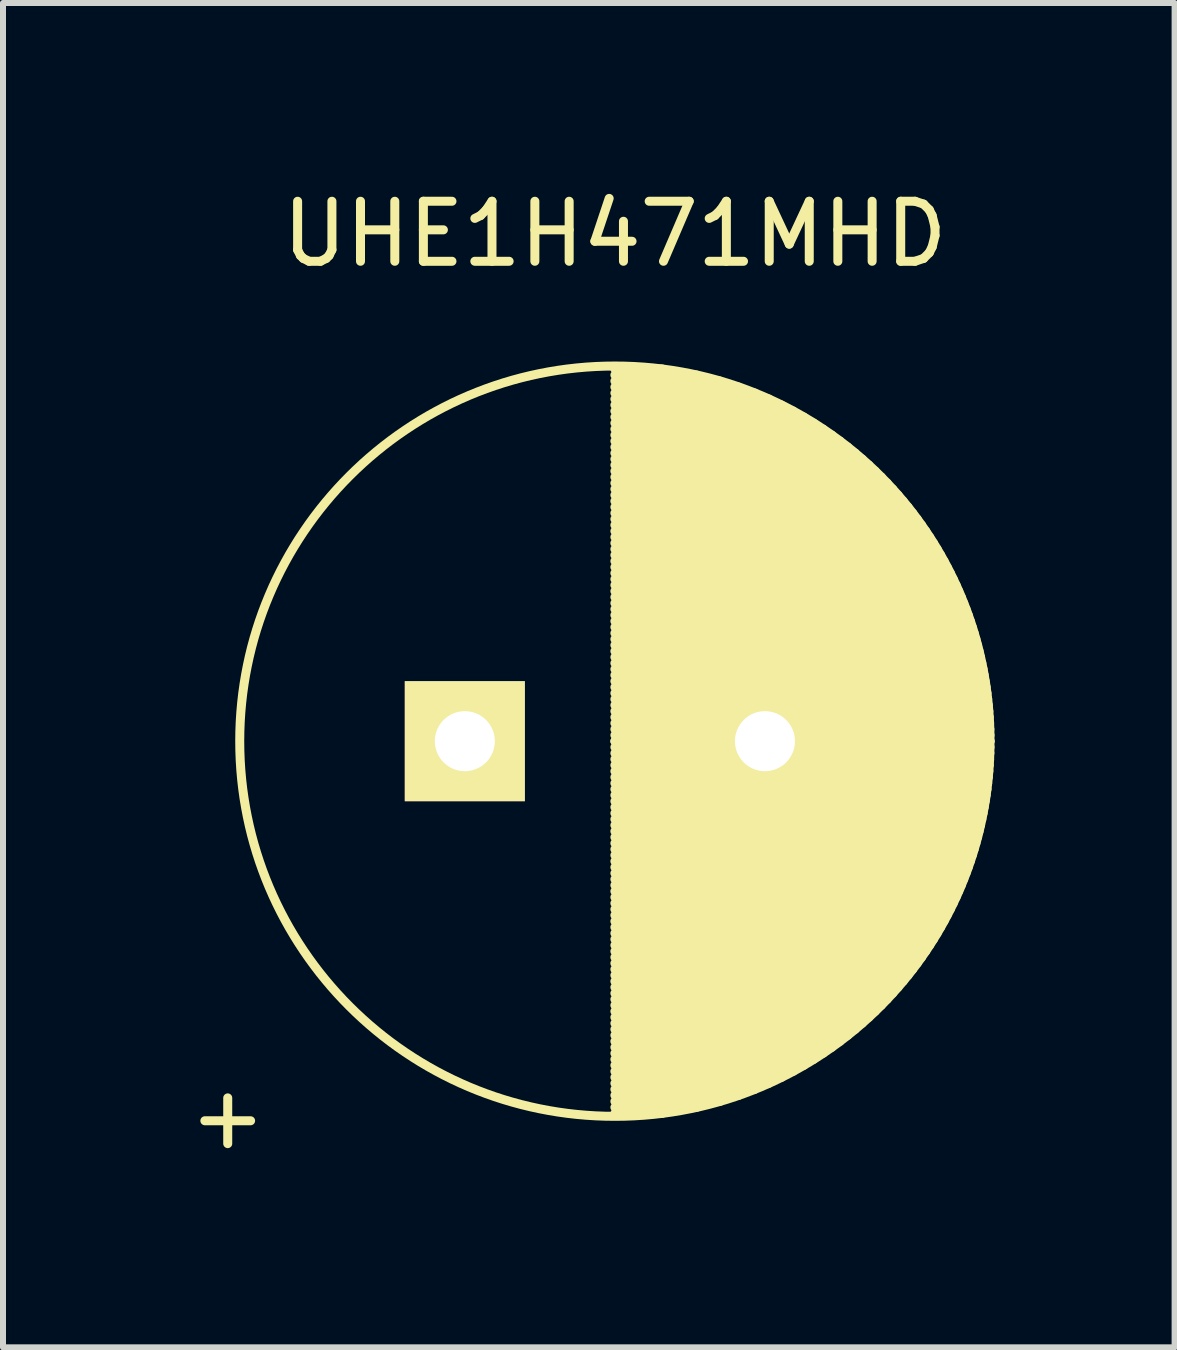
<source format=kicad_pcb>
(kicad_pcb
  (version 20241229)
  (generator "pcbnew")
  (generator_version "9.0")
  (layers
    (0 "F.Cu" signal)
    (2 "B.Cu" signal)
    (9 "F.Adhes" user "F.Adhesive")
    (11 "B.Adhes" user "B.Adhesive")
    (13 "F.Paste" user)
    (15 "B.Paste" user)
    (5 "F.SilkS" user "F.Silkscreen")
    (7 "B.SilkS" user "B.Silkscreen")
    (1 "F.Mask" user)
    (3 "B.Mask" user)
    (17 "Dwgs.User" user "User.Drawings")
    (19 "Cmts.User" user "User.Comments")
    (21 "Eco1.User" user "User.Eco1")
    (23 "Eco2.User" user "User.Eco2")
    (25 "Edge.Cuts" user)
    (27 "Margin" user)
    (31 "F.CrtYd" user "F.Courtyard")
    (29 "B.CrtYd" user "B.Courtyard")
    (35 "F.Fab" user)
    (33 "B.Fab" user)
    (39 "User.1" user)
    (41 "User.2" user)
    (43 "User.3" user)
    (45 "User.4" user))
  (footprint "UHE1H471MHD"
    (layer "F.Cu")
    (at 4.694 9.298)
    (property "Reference" "UHE1H471MHD" (at 2.5 -8.45 0) (layer "F.SilkS") (effects (font (size 1 1) (thickness 0.15))))
    (attr through_hole)
    (fp_line (start 2.5 -6.2) (end 3.289 -6.2) (stroke (width 0.15) (type solid)) (layer "F.SilkS"))
    (fp_line (start 2.5 -6.1) (end 3.861 -6.1) (stroke (width 0.15) (type solid)) (layer "F.SilkS"))
    (fp_line (start 2.5 -6) (end 4.25 -6) (stroke (width 0.15) (type solid)) (layer "F.SilkS"))
    (fp_line (start 2.5 -5.9) (end 4.562 -5.9) (stroke (width 0.15) (type solid)) (layer "F.SilkS"))
    (fp_line (start 2.5 -5.8) (end 4.829 -5.8) (stroke (width 0.15) (type solid)) (layer "F.SilkS"))
    (fp_line (start 2.5 -5.7) (end 5.064 -5.7) (stroke (width 0.15) (type solid)) (layer "F.SilkS"))
    (fp_line (start 2.5 -5.6) (end 5.275 -5.6) (stroke (width 0.15) (type solid)) (layer "F.SilkS"))
    (fp_line (start 2.5 -5.5) (end 5.469 -5.5) (stroke (width 0.15) (type solid)) (layer "F.SilkS"))
    (fp_line (start 2.5 -5.4) (end 5.647 -5.4) (stroke (width 0.15) (type solid)) (layer "F.SilkS"))
    (fp_line (start 2.5 -5.3) (end 5.812 -5.3) (stroke (width 0.15) (type solid)) (layer "F.SilkS"))
    (fp_line (start 2.5 -5.2) (end 5.967 -5.2) (stroke (width 0.15) (type solid)) (layer "F.SilkS"))
    (fp_line (start 2.5 -5.1) (end 6.113 -5.1) (stroke (width 0.15) (type solid)) (layer "F.SilkS"))
    (fp_line (start 2.5 -5) (end 6.25 -5) (stroke (width 0.15) (type solid)) (layer "F.SilkS"))
    (fp_line (start 2.5 -4.9) (end 6.38 -4.9) (stroke (width 0.15) (type solid)) (layer "F.SilkS"))
    (fp_line (start 2.5 -4.8) (end 6.503 -4.8) (stroke (width 0.15) (type solid)) (layer "F.SilkS"))
    (fp_line (start 2.5 -4.7) (end 6.62 -4.7) (stroke (width 0.15) (type solid)) (layer "F.SilkS"))
    (fp_line (start 2.5 -4.6) (end 6.731 -4.6) (stroke (width 0.15) (type solid)) (layer "F.SilkS"))
    (fp_line (start 2.5 -4.5) (end 6.837 -4.5) (stroke (width 0.15) (type solid)) (layer "F.SilkS"))
    (fp_line (start 2.5 -4.4) (end 6.939 -4.4) (stroke (width 0.15) (type solid)) (layer "F.SilkS"))
    (fp_line (start 2.5 -4.3) (end 7.036 -4.3) (stroke (width 0.15) (type solid)) (layer "F.SilkS"))
    (fp_line (start 2.5 -4.2) (end 7.128 -4.2) (stroke (width 0.15) (type solid)) (layer "F.SilkS"))
    (fp_line (start 2.5 -4.1) (end 7.217 -4.1) (stroke (width 0.15) (type solid)) (layer "F.SilkS"))
    (fp_line (start 2.5 -4) (end 7.302 -4) (stroke (width 0.15) (type solid)) (layer "F.SilkS"))
    (fp_line (start 2.5 -3.9) (end 7.384 -3.9) (stroke (width 0.15) (type solid)) (layer "F.SilkS"))
    (fp_line (start 2.5 -3.8) (end 7.462 -3.8) (stroke (width 0.15) (type solid)) (layer "F.SilkS"))
    (fp_line (start 2.5 -3.7) (end 7.537 -3.7) (stroke (width 0.15) (type solid)) (layer "F.SilkS"))
    (fp_line (start 2.5 -3.6) (end 7.609 -3.6) (stroke (width 0.15) (type solid)) (layer "F.SilkS"))
    (fp_line (start 2.5 -3.5) (end 7.678 -3.5) (stroke (width 0.15) (type solid)) (layer "F.SilkS"))
    (fp_line (start 2.5 -3.4) (end 7.744 -3.4) (stroke (width 0.15) (type solid)) (layer "F.SilkS"))
    (fp_line (start 2.5 -3.3) (end 7.808 -3.3) (stroke (width 0.15) (type solid)) (layer "F.SilkS"))
    (fp_line (start 2.5 -3.2) (end 7.869 -3.2) (stroke (width 0.15) (type solid)) (layer "F.SilkS"))
    (fp_line (start 2.5 -3.1) (end 7.927 -3.1) (stroke (width 0.15) (type solid)) (layer "F.SilkS"))
    (fp_line (start 2.5 -3) (end 7.983 -3) (stroke (width 0.15) (type solid)) (layer "F.SilkS"))
    (fp_line (start 2.5 -2.9) (end 8.036 -2.9) (stroke (width 0.15) (type solid)) (layer "F.SilkS"))
    (fp_line (start 2.5 -2.8) (end 8.088 -2.8) (stroke (width 0.15) (type solid)) (layer "F.SilkS"))
    (fp_line (start 2.5 -2.7) (end 8.137 -2.7) (stroke (width 0.15) (type solid)) (layer "F.SilkS"))
    (fp_line (start 2.5 -2.6) (end 8.184 -2.6) (stroke (width 0.15) (type solid)) (layer "F.SilkS"))
    (fp_line (start 2.5 -2.5) (end 8.228 -2.5) (stroke (width 0.15) (type solid)) (layer "F.SilkS"))
    (fp_line (start 2.5 -2.4) (end 8.271 -2.4) (stroke (width 0.15) (type solid)) (layer "F.SilkS"))
    (fp_line (start 2.5 -2.3) (end 8.311 -2.3) (stroke (width 0.15) (type solid)) (layer "F.SilkS"))
    (fp_line (start 2.5 -2.2) (end 8.35 -2.2) (stroke (width 0.15) (type solid)) (layer "F.SilkS"))
    (fp_line (start 2.5 -2.1) (end 8.387 -2.1) (stroke (width 0.15) (type solid)) (layer "F.SilkS"))
    (fp_line (start 2.5 -2) (end 8.421 -2) (stroke (width 0.15) (type solid)) (layer "F.SilkS"))
    (fp_line (start 2.5 -1.9) (end 8.454 -1.9) (stroke (width 0.15) (type solid)) (layer "F.SilkS"))
    (fp_line (start 2.5 -1.8) (end 8.485 -1.8) (stroke (width 0.15) (type solid)) (layer "F.SilkS"))
    (fp_line (start 2.5 -1.7) (end 8.514 -1.7) (stroke (width 0.15) (type solid)) (layer "F.SilkS"))
    (fp_line (start 2.5 -1.6) (end 8.542 -1.6) (stroke (width 0.15) (type solid)) (layer "F.SilkS"))
    (fp_line (start 2.5 -1.5) (end 8.567 -1.5) (stroke (width 0.15) (type solid)) (layer "F.SilkS"))
    (fp_line (start 2.5 -1.4) (end 8.591 -1.4) (stroke (width 0.15) (type solid)) (layer "F.SilkS"))
    (fp_line (start 2.5 -1.3) (end 8.613 -1.3) (stroke (width 0.15) (type solid)) (layer "F.SilkS"))
    (fp_line (start 2.5 -1.2) (end 8.634 -1.2) (stroke (width 0.15) (type solid)) (layer "F.SilkS"))
    (fp_line (start 2.5 -1.1) (end 8.652 -1.1) (stroke (width 0.15) (type solid)) (layer "F.SilkS"))
    (fp_line (start 2.5 -1) (end 8.669 -1) (stroke (width 0.15) (type solid)) (layer "F.SilkS"))
    (fp_line (start 2.5 -0.9) (end 8.685 -0.9) (stroke (width 0.15) (type solid)) (layer "F.SilkS"))
    (fp_line (start 2.5 -0.8) (end 8.699 -0.8) (stroke (width 0.15) (type solid)) (layer "F.SilkS"))
    (fp_line (start 2.5 -0.7) (end 8.711 -0.7) (stroke (width 0.15) (type solid)) (layer "F.SilkS"))
    (fp_line (start 2.5 -0.6) (end 8.721 -0.6) (stroke (width 0.15) (type solid)) (layer "F.SilkS"))
    (fp_line (start 2.5 -0.5) (end 8.73 -0.5) (stroke (width 0.15) (type solid)) (layer "F.SilkS"))
    (fp_line (start 2.5 -0.4) (end 8.737 -0.4) (stroke (width 0.15) (type solid)) (layer "F.SilkS"))
    (fp_line (start 2.5 -0.3) (end 8.743 -0.3) (stroke (width 0.15) (type solid)) (layer "F.SilkS"))
    (fp_line (start 2.5 -0.2) (end 8.747 -0.2) (stroke (width 0.15) (type solid)) (layer "F.SilkS"))
    (fp_line (start 2.5 -0.1) (end 8.749 -0.1) (stroke (width 0.15) (type solid)) (layer "F.SilkS"))
    (fp_line (start 2.5 0) (end 8.75 0) (stroke (width 0.15) (type solid)) (layer "F.SilkS"))
    (fp_line (start 2.5 0) (end 8.75 0) (stroke (width 0.15) (type solid)) (layer "F.SilkS"))
    (fp_line (start 2.5 0.1) (end 8.749 0.1) (stroke (width 0.15) (type solid)) (layer "F.SilkS"))
    (fp_line (start 2.5 0.2) (end 8.747 0.2) (stroke (width 0.15) (type solid)) (layer "F.SilkS"))
    (fp_line (start 2.5 0.3) (end 8.743 0.3) (stroke (width 0.15) (type solid)) (layer "F.SilkS"))
    (fp_line (start 2.5 0.4) (end 8.737 0.4) (stroke (width 0.15) (type solid)) (layer "F.SilkS"))
    (fp_line (start 2.5 0.5) (end 8.73 0.5) (stroke (width 0.15) (type solid)) (layer "F.SilkS"))
    (fp_line (start 2.5 0.6) (end 8.721 0.6) (stroke (width 0.15) (type solid)) (layer "F.SilkS"))
    (fp_line (start 2.5 0.7) (end 8.711 0.7) (stroke (width 0.15) (type solid)) (layer "F.SilkS"))
    (fp_line (start 2.5 0.8) (end 8.699 0.8) (stroke (width 0.15) (type solid)) (layer "F.SilkS"))
    (fp_line (start 2.5 0.9) (end 8.685 0.9) (stroke (width 0.15) (type solid)) (layer "F.SilkS"))
    (fp_line (start 2.5 1) (end 8.669 1) (stroke (width 0.15) (type solid)) (layer "F.SilkS"))
    (fp_line (start 2.5 1.1) (end 8.652 1.1) (stroke (width 0.15) (type solid)) (layer "F.SilkS"))
    (fp_line (start 2.5 1.2) (end 8.634 1.2) (stroke (width 0.15) (type solid)) (layer "F.SilkS"))
    (fp_line (start 2.5 1.3) (end 8.613 1.3) (stroke (width 0.15) (type solid)) (layer "F.SilkS"))
    (fp_line (start 2.5 1.4) (end 8.591 1.4) (stroke (width 0.15) (type solid)) (layer "F.SilkS"))
    (fp_line (start 2.5 1.5) (end 8.567 1.5) (stroke (width 0.15) (type solid)) (layer "F.SilkS"))
    (fp_line (start 2.5 1.6) (end 8.542 1.6) (stroke (width 0.15) (type solid)) (layer "F.SilkS"))
    (fp_line (start 2.5 1.7) (end 8.514 1.7) (stroke (width 0.15) (type solid)) (layer "F.SilkS"))
    (fp_line (start 2.5 1.8) (end 8.485 1.8) (stroke (width 0.15) (type solid)) (layer "F.SilkS"))
    (fp_line (start 2.5 1.9) (end 8.454 1.9) (stroke (width 0.15) (type solid)) (layer "F.SilkS"))
    (fp_line (start 2.5 2) (end 8.421 2) (stroke (width 0.15) (type solid)) (layer "F.SilkS"))
    (fp_line (start 2.5 2.1) (end 8.387 2.1) (stroke (width 0.15) (type solid)) (layer "F.SilkS"))
    (fp_line (start 2.5 2.2) (end 8.35 2.2) (stroke (width 0.15) (type solid)) (layer "F.SilkS"))
    (fp_line (start 2.5 2.3) (end 8.311 2.3) (stroke (width 0.15) (type solid)) (layer "F.SilkS"))
    (fp_line (start 2.5 2.4) (end 8.271 2.4) (stroke (width 0.15) (type solid)) (layer "F.SilkS"))
    (fp_line (start 2.5 2.5) (end 8.228 2.5) (stroke (width 0.15) (type solid)) (layer "F.SilkS"))
    (fp_line (start 2.5 2.6) (end 8.184 2.6) (stroke (width 0.15) (type solid)) (layer "F.SilkS"))
    (fp_line (start 2.5 2.7) (end 8.137 2.7) (stroke (width 0.15) (type solid)) (layer "F.SilkS"))
    (fp_line (start 2.5 2.8) (end 8.088 2.8) (stroke (width 0.15) (type solid)) (layer "F.SilkS"))
    (fp_line (start 2.5 2.9) (end 8.036 2.9) (stroke (width 0.15) (type solid)) (layer "F.SilkS"))
    (fp_line (start 2.5 3) (end 7.983 3) (stroke (width 0.15) (type solid)) (layer "F.SilkS"))
    (fp_line (start 2.5 3.1) (end 7.927 3.1) (stroke (width 0.15) (type solid)) (layer "F.SilkS"))
    (fp_line (start 2.5 3.2) (end 7.869 3.2) (stroke (width 0.15) (type solid)) (layer "F.SilkS"))
    (fp_line (start 2.5 3.3) (end 7.808 3.3) (stroke (width 0.15) (type solid)) (layer "F.SilkS"))
    (fp_line (start 2.5 3.4) (end 7.744 3.4) (stroke (width 0.15) (type solid)) (layer "F.SilkS"))
    (fp_line (start 2.5 3.5) (end 7.678 3.5) (stroke (width 0.15) (type solid)) (layer "F.SilkS"))
    (fp_line (start 2.5 3.6) (end 7.609 3.6) (stroke (width 0.15) (type solid)) (layer "F.SilkS"))
    (fp_line (start 2.5 3.7) (end 7.537 3.7) (stroke (width 0.15) (type solid)) (layer "F.SilkS"))
    (fp_line (start 2.5 3.8) (end 7.462 3.8) (stroke (width 0.15) (type solid)) (layer "F.SilkS"))
    (fp_line (start 2.5 3.9) (end 7.384 3.9) (stroke (width 0.15) (type solid)) (layer "F.SilkS"))
    (fp_line (start 2.5 4) (end 7.302 4) (stroke (width 0.15) (type solid)) (layer "F.SilkS"))
    (fp_line (start 2.5 4.1) (end 7.217 4.1) (stroke (width 0.15) (type solid)) (layer "F.SilkS"))
    (fp_line (start 2.5 4.2) (end 7.128 4.2) (stroke (width 0.15) (type solid)) (layer "F.SilkS"))
    (fp_line (start 2.5 4.3) (end 7.036 4.3) (stroke (width 0.15) (type solid)) (layer "F.SilkS"))
    (fp_line (start 2.5 4.4) (end 6.939 4.4) (stroke (width 0.15) (type solid)) (layer "F.SilkS"))
    (fp_line (start 2.5 4.5) (end 6.837 4.5) (stroke (width 0.15) (type solid)) (layer "F.SilkS"))
    (fp_line (start 2.5 4.6) (end 6.731 4.6) (stroke (width 0.15) (type solid)) (layer "F.SilkS"))
    (fp_line (start 2.5 4.7) (end 6.62 4.7) (stroke (width 0.15) (type solid)) (layer "F.SilkS"))
    (fp_line (start 2.5 4.8) (end 6.503 4.8) (stroke (width 0.15) (type solid)) (layer "F.SilkS"))
    (fp_line (start 2.5 4.9) (end 6.38 4.9) (stroke (width 0.15) (type solid)) (layer "F.SilkS"))
    (fp_line (start 2.5 5) (end 6.25 5) (stroke (width 0.15) (type solid)) (layer "F.SilkS"))
    (fp_line (start 2.5 5.1) (end 6.113 5.1) (stroke (width 0.15) (type solid)) (layer "F.SilkS"))
    (fp_line (start 2.5 5.2) (end 5.967 5.2) (stroke (width 0.15) (type solid)) (layer "F.SilkS"))
    (fp_line (start 2.5 5.3) (end 5.812 5.3) (stroke (width 0.15) (type solid)) (layer "F.SilkS"))
    (fp_line (start 2.5 5.4) (end 5.647 5.4) (stroke (width 0.15) (type solid)) (layer "F.SilkS"))
    (fp_line (start 2.5 5.5) (end 5.469 5.5) (stroke (width 0.15) (type solid)) (layer "F.SilkS"))
    (fp_line (start 2.5 5.6) (end 5.275 5.6) (stroke (width 0.15) (type solid)) (layer "F.SilkS"))
    (fp_line (start 2.5 5.7) (end 5.064 5.7) (stroke (width 0.15) (type solid)) (layer "F.SilkS"))
    (fp_line (start 2.5 5.8) (end 4.829 5.8) (stroke (width 0.15) (type solid)) (layer "F.SilkS"))
    (fp_line (start 2.5 5.9) (end 4.562 5.9) (stroke (width 0.15) (type solid)) (layer "F.SilkS"))
    (fp_line (start 2.5 6) (end 4.25 6) (stroke (width 0.15) (type solid)) (layer "F.SilkS"))
    (fp_line (start 2.5 6.1) (end 3.861 6.1) (stroke (width 0.15) (type solid)) (layer "F.SilkS"))
    (fp_line (start 2.5 6.2) (end 3.289 6.2) (stroke (width 0.15) (type solid)) (layer "F.SilkS"))
    (fp_circle (center 2.5 0) (end 2.5 -6.25) (stroke (width 0.15) (type solid)) (fill no) (layer "F.SilkS"))
    (fp_text user "+" (at -3.95 6.25 0) (layer "F.SilkS") (effects (font (size 1 1) (thickness 0.15))))
    (pad "1" thru_hole rect (at 0 0) (size 2 2) (drill 1) (layers "*.Cu" "*.Mask" "F.SilkS"))
    (pad "2" thru_hole circle (at 5 0) (size 2 2) (drill 1) (layers "*.Cu" "*.Mask" "F.SilkS")))
  (gr_rect
    (start -3 -3)
    (end 16.519 19.396)
    (stroke (width 0.1) (type default))
    (fill no)
    (layer "Edge.Cuts")))
</source>
